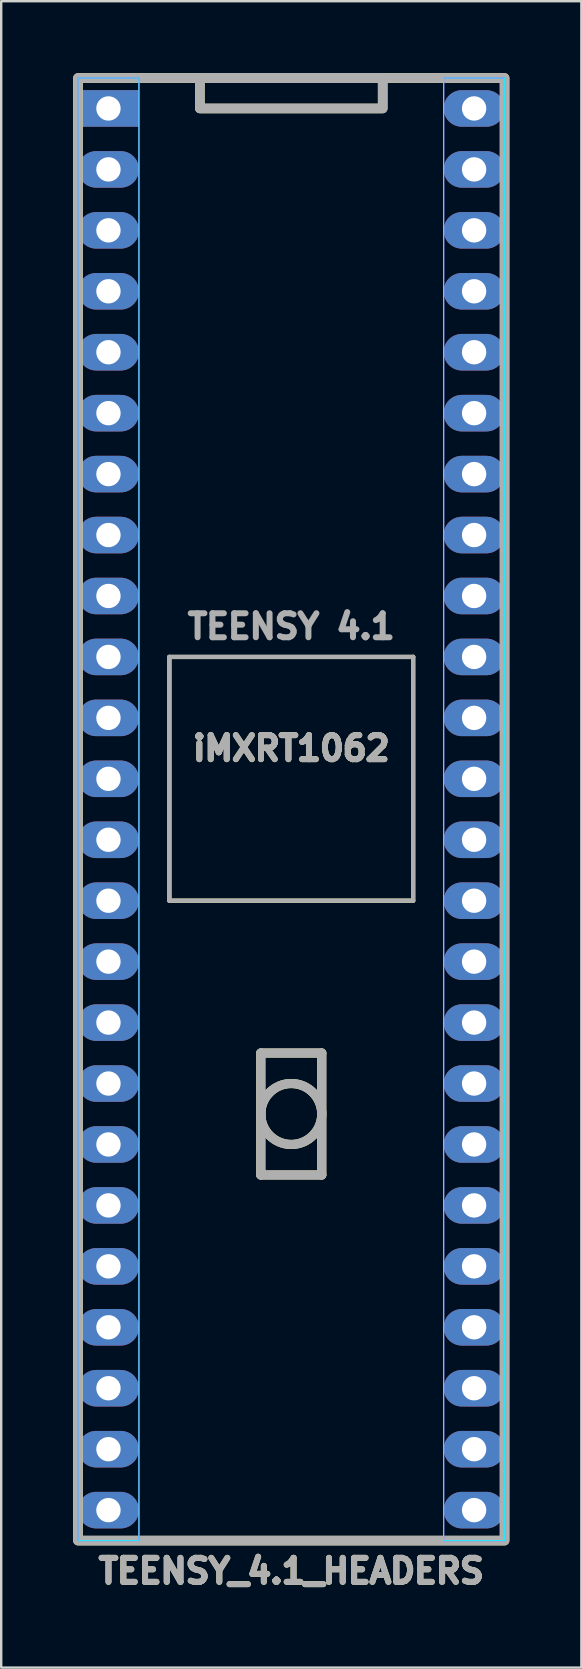
<source format=kicad_pcb>
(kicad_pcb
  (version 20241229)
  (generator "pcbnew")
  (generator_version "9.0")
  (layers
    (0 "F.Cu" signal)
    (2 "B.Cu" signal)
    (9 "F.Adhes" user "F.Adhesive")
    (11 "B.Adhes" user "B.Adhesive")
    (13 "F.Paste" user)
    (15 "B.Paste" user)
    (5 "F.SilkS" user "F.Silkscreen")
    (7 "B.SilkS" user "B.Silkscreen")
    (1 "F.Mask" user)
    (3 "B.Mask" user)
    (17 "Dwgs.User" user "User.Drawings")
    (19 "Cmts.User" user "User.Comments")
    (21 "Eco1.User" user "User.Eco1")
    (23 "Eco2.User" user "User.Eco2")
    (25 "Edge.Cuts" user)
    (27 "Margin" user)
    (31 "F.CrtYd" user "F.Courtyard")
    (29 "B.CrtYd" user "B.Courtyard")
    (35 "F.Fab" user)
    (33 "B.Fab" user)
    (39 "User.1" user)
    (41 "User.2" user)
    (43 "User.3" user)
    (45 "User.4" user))
  (footprint "TEENSY_4.1_HEADERS"
    (layer "F.Cu")
    (at 9.09 17.98)
    (property "Reference" "TEENSY_4.1_HEADERS" (at 0 44.45 0) (layer "F.SilkS") (effects (font (size 1 1) (thickness 0.25) (bold yes))))
    (attr through_hole)
    (fp_line (start -5.08 6.35) (end -5.08 16.51) (stroke (width 0.178) (type solid)) (layer "F.SilkS"))
    (fp_line (start -5.08 16.51) (end 5.08 16.51) (stroke (width 0.178) (type solid)) (layer "F.SilkS"))
    (fp_line (start -1.27 22.86) (end -1.27 27.94) (stroke (width 0.381) (type solid)) (layer "F.SilkS"))
    (fp_line (start -1.27 27.94) (end 1.27 27.94) (stroke (width 0.381) (type solid)) (layer "F.SilkS"))
    (fp_line (start 1.27 22.86) (end -1.27 22.86) (stroke (width 0.381) (type solid)) (layer "F.SilkS"))
    (fp_line (start 1.27 27.94) (end 1.27 22.86) (stroke (width 0.381) (type solid)) (layer "F.SilkS"))
    (fp_line (start 5.08 6.35) (end -5.08 6.35) (stroke (width 0.178) (type solid)) (layer "F.SilkS"))
    (fp_line (start 5.08 16.51) (end 5.08 6.35) (stroke (width 0.178) (type solid)) (layer "F.SilkS"))
    (fp_rect (start -8.89 -17.78) (end 8.89 43.18) (stroke (width 0.4) (type solid)) (fill no) (layer "F.SilkS"))
    (fp_rect (start -3.81 -17.78) (end 3.81 -16.51) (stroke (width 0.4) (type solid)) (fill no) (layer "F.SilkS"))
    (fp_circle (center 0 25.4) (end -1.27 25.4) (stroke (width 0.381) (type solid)) (fill no) (layer "F.SilkS"))
    (fp_rect (start -8.89 -17.78) (end -6.35 43.18) (stroke (width 0.05) (type default)) (fill no) (layer "B.CrtYd"))
    (fp_rect (start 6.35 -17.78) (end 8.89 43.18) (stroke (width 0.05) (type default)) (fill no) (layer "B.CrtYd"))
    (fp_rect (start -8.89 -17.78) (end -6.35 43.18) (stroke (width 0.05) (type default)) (fill no) (layer "F.CrtYd"))
    (fp_rect (start 6.35 -17.78) (end 8.89 43.18) (stroke (width 0.05) (type default)) (fill no) (layer "F.CrtYd"))
    (fp_line (start -5.08 6.35) (end -5.08 16.51) (stroke (width 0.178) (type solid)) (layer "F.Fab"))
    (fp_line (start -5.08 16.51) (end 5.08 16.51) (stroke (width 0.178) (type solid)) (layer "F.Fab"))
    (fp_line (start -1.27 22.86) (end -1.27 27.94) (stroke (width 0.381) (type solid)) (layer "F.Fab"))
    (fp_line (start -1.27 27.94) (end 1.27 27.94) (stroke (width 0.381) (type solid)) (layer "F.Fab"))
    (fp_line (start 1.27 22.86) (end -1.27 22.86) (stroke (width 0.381) (type solid)) (layer "F.Fab"))
    (fp_line (start 1.27 27.94) (end 1.27 22.86) (stroke (width 0.381) (type solid)) (layer "F.Fab"))
    (fp_line (start 5.08 6.35) (end -5.08 6.35) (stroke (width 0.178) (type solid)) (layer "F.Fab"))
    (fp_line (start 5.08 16.51) (end 5.08 6.35) (stroke (width 0.178) (type solid)) (layer "F.Fab"))
    (fp_rect (start -8.89 -17.78) (end 8.89 43.18) (stroke (width 0.4) (type solid)) (fill no) (layer "F.Fab"))
    (fp_rect (start -3.81 -17.78) (end 3.81 -16.51) (stroke (width 0.4) (type solid)) (fill no) (layer "F.Fab"))
    (fp_circle (center 0 25.4) (end 1.27 25.4) (stroke (width 0.381) (type solid)) (fill no) (layer "F.Fab"))
    (fp_text user "iMXRT1062" (at 0 10.16 0) (layer "F.SilkS") (effects (font (size 1 1) (thickness 0.25) (bold yes))))
    (fp_text user "iMXRT1062" (at 0 10.16 0) (layer "F.Fab") (effects (font (size 1 1) (thickness 0.25) (bold yes))))
    (fp_text user "TEENSY 4.1" (at 0 5.08 180) (layer "F.Fab") (effects (font (size 1 1) (thickness 0.25) (bold yes))))
    (fp_text user "${REFERENCE}" (at 0 44.45 0) (layer "F.Fab") (effects (font (size 1 1) (thickness 0.25) (bold yes))))
    (pad "" thru_hole oval (at 7.62 -13.97) (size 2.54 1.524) (drill 1.016) (layers "*.Cu" "*.Mask"))
    (pad "" thru_hole oval (at 7.62 19.05) (size 2.54 1.524) (drill 1.016) (layers "*.Cu" "*.Mask"))
    (pad "0" thru_hole oval (at -7.62 -13.97) (size 2.54 1.524) (drill 1.016) (layers "*.Cu" "*.Mask"))
    (pad "1" thru_hole oval (at -7.62 -11.43) (size 2.54 1.524) (drill 1.016) (layers "*.Cu" "*.Mask"))
    (pad "2" thru_hole oval (at -7.62 -8.89) (size 2.54 1.524) (drill 1.016) (layers "*.Cu" "*.Mask"))
    (pad "3" thru_hole oval (at -7.62 -6.35) (size 2.54 1.524) (drill 1.016) (layers "*.Cu" "*.Mask"))
    (pad "3V3" thru_hole oval (at -7.62 19.05) (size 2.54 1.524) (drill 1.016) (layers "*.Cu" "*.Mask"))
    (pad "3V3" thru_hole oval (at 7.62 -11.43) (size 2.54 1.524) (drill 1.016) (layers "*.Cu" "*.Mask"))
    (pad "4" thru_hole oval (at -7.62 -3.81) (size 2.54 1.524) (drill 1.016) (layers "*.Cu" "*.Mask"))
    (pad "5" thru_hole oval (at -7.62 -1.27) (size 2.54 1.524) (drill 1.016) (layers "*.Cu" "*.Mask"))
    (pad "6" thru_hole oval (at -7.62 1.27) (size 2.54 1.524) (drill 1.016) (layers "*.Cu" "*.Mask"))
    (pad "7" thru_hole oval (at -7.62 3.81) (size 2.54 1.524) (drill 1.016) (layers "*.Cu" "*.Mask"))
    (pad "8" thru_hole oval (at -7.62 6.35) (size 2.54 1.524) (drill 1.016) (layers "*.Cu" "*.Mask"))
    (pad "9" thru_hole oval (at -7.62 8.89) (size 2.54 1.524) (drill 1.016) (layers "*.Cu" "*.Mask"))
    (pad "10" thru_hole oval (at -7.62 11.43) (size 2.54 1.524) (drill 1.016) (layers "*.Cu" "*.Mask"))
    (pad "11" thru_hole oval (at -7.62 13.97) (size 2.54 1.524) (drill 1.016) (layers "*.Cu" "*.Mask"))
    (pad "12" thru_hole oval (at -7.62 16.51) (size 2.54 1.524) (drill 1.016) (layers "*.Cu" "*.Mask"))
    (pad "13" thru_hole oval (at 7.62 16.51) (size 2.54 1.524) (drill 1.016) (layers "*.Cu" "*.Mask"))
    (pad "14" thru_hole oval (at 7.62 13.97) (size 2.54 1.524) (drill 1.016) (layers "*.Cu" "*.Mask"))
    (pad "15" thru_hole oval (at 7.62 11.43) (size 2.54 1.524) (drill 1.016) (layers "*.Cu" "*.Mask"))
    (pad "16" thru_hole oval (at 7.62 8.89) (size 2.54 1.524) (drill 1.016) (layers "*.Cu" "*.Mask"))
    (pad "17" thru_hole oval (at 7.62 6.35) (size 2.54 1.524) (drill 1.016) (layers "*.Cu" "*.Mask"))
    (pad "18" thru_hole oval (at 7.62 3.81) (size 2.54 1.524) (drill 1.016) (layers "*.Cu" "*.Mask"))
    (pad "19" thru_hole oval (at 7.62 1.27) (size 2.54 1.524) (drill 1.016) (layers "*.Cu" "*.Mask"))
    (pad "20" thru_hole oval (at 7.62 -1.27) (size 2.54 1.524) (drill 1.016) (layers "*.Cu" "*.Mask"))
    (pad "21" thru_hole oval (at 7.62 -3.81) (size 2.54 1.524) (drill 1.016) (layers "*.Cu" "*.Mask"))
    (pad "22" thru_hole oval (at 7.62 -6.35) (size 2.54 1.524) (drill 1.016) (layers "*.Cu" "*.Mask"))
    (pad "23" thru_hole oval (at 7.62 -8.89) (size 2.54 1.524) (drill 1.016) (layers "*.Cu" "*.Mask"))
    (pad "24" thru_hole oval (at -7.62 21.59) (size 2.54 1.524) (drill 1.016) (layers "*.Cu" "*.Mask"))
    (pad "25" thru_hole oval (at -7.62 24.13) (size 2.54 1.524) (drill 1.016) (layers "*.Cu" "*.Mask"))
    (pad "26" thru_hole oval (at -7.62 26.67) (size 2.54 1.524) (drill 1.016) (layers "*.Cu" "*.Mask"))
    (pad "27" thru_hole oval (at -7.62 29.21) (size 2.54 1.524) (drill 1.016) (layers "*.Cu" "*.Mask"))
    (pad "28" thru_hole oval (at -7.62 31.75) (size 2.54 1.524) (drill 1.016) (layers "*.Cu" "*.Mask"))
    (pad "29" thru_hole oval (at -7.62 34.29) (size 2.54 1.524) (drill 1.016) (layers "*.Cu" "*.Mask"))
    (pad "30" thru_hole oval (at -7.62 36.83) (size 2.54 1.524) (drill 1.016) (layers "*.Cu" "*.Mask"))
    (pad "31" thru_hole oval (at -7.62 39.37) (size 2.54 1.524) (drill 1.016) (layers "*.Cu" "*.Mask"))
    (pad "32" thru_hole oval (at -7.62 41.91) (size 2.54 1.524) (drill 1.016) (layers "*.Cu" "*.Mask"))
    (pad "33" thru_hole oval (at 7.62 41.91) (size 2.54 1.524) (drill 1.016) (layers "*.Cu" "*.Mask"))
    (pad "34" thru_hole oval (at 7.62 39.37) (size 2.54 1.524) (drill 1.016) (layers "*.Cu" "*.Mask"))
    (pad "35" thru_hole oval (at 7.62 36.83) (size 2.54 1.524) (drill 1.016) (layers "*.Cu" "*.Mask"))
    (pad "36" thru_hole oval (at 7.62 34.29) (size 2.54 1.524) (drill 1.016) (layers "*.Cu" "*.Mask"))
    (pad "37" thru_hole oval (at 7.62 31.75) (size 2.54 1.524) (drill 1.016) (layers "*.Cu" "*.Mask"))
    (pad "38" thru_hole oval (at 7.62 29.21) (size 2.54 1.524) (drill 1.016) (layers "*.Cu" "*.Mask"))
    (pad "39" thru_hole oval (at 7.62 26.67) (size 2.54 1.524) (drill 1.016) (layers "*.Cu" "*.Mask"))
    (pad "40" thru_hole oval (at 7.62 24.13) (size 2.54 1.524) (drill 1.016) (layers "*.Cu" "*.Mask"))
    (pad "41" thru_hole oval (at 7.62 21.59) (size 2.54 1.524) (drill 1.016) (layers "*.Cu" "*.Mask"))
    (pad "GND" thru_hole rect (at -7.62 -16.51) (size 2.54 1.524) (drill 1.016) (layers "*.Cu" "*.Mask"))
    (pad "V" thru_hole oval (at 7.62 -16.51) (size 2.54 1.524) (drill 1.016) (layers "*.Cu" "*.Mask")))
  (gr_rect
    (start -3 -3)
    (end 21.18 66.454)
    (stroke (width 0.1) (type default))
    (fill no)
    (layer "Edge.Cuts")))
</source>
